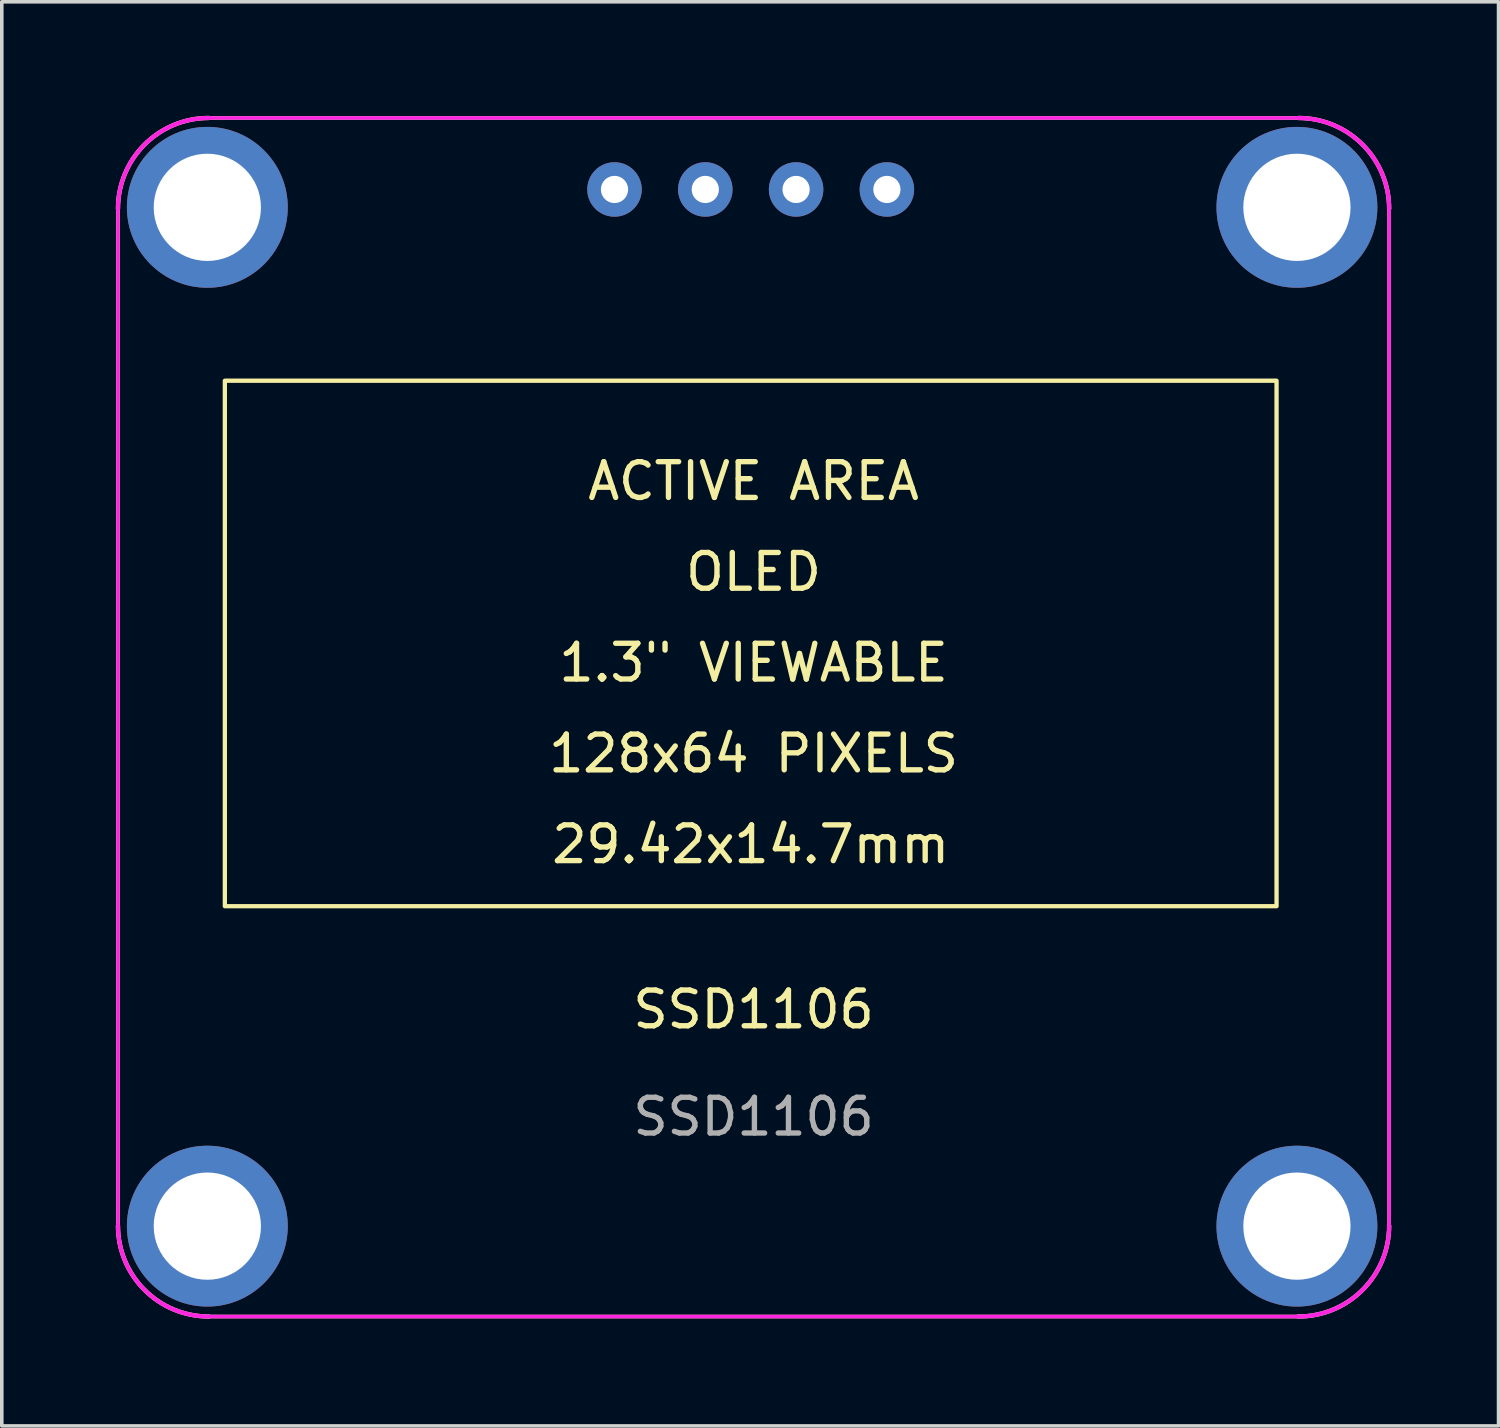
<source format=kicad_pcb>
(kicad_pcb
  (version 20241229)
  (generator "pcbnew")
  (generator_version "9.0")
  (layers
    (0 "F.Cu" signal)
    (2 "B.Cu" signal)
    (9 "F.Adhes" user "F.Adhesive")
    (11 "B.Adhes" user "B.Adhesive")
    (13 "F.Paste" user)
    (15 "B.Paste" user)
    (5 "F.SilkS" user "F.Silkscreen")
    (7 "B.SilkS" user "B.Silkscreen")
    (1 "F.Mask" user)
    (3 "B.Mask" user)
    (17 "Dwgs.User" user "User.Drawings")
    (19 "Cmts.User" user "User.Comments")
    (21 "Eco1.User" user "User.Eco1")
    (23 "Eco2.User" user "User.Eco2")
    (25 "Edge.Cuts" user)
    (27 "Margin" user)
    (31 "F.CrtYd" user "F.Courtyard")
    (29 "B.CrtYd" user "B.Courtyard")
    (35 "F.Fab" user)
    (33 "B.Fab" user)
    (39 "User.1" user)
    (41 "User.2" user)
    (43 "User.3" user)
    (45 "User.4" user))
  (footprint "SSD1106"
    (layer "F.Cu")
    (at 0.25 0.25)
    (property "Reference" "SSD1106" (at 17.78 24.94 0) (unlocked yes) (layer "F.SilkS") (effects (font (size 1 1) (thickness 0.15))))
    (attr through_hole)
    (fp_line (start 0 30.988) (end 0 2.54) (stroke (width 0.1) (type solid)) (layer "F.SilkS"))
    (fp_line (start 2.54 0) (end 33.02 0) (stroke (width 0.1) (type solid)) (layer "F.SilkS"))
    (fp_line (start 33.02 33.528) (end 2.54 33.528) (stroke (width 0.1) (type solid)) (layer "F.SilkS"))
    (fp_line (start 35.56 2.54) (end 35.56 30.988) (stroke (width 0.1) (type solid)) (layer "F.SilkS"))
    (fp_rect (start 2.99 7.35) (end 32.41 22.05) (stroke (width 0.12) (type solid)) (fill no) (layer "F.SilkS"))
    (fp_arc (start 0 2.54) (mid 0.743949 0.743949) (end 2.54 0) (stroke (width 0.12) (type solid)) (layer "F.SilkS"))
    (fp_arc (start 2.54 33.528) (mid 0.743949 32.784051) (end 0 30.988) (stroke (width 0.12) (type solid)) (layer "F.SilkS"))
    (fp_arc (start 33.02 0) (mid 34.816051 0.743949) (end 35.56 2.54) (stroke (width 0.12) (type solid)) (layer "F.SilkS"))
    (fp_arc (start 35.56 30.988) (mid 34.816051 32.784051) (end 33.02 33.528) (stroke (width 0.12) (type solid)) (layer "F.SilkS"))
    (fp_line (start 0 30.988) (end 0 2.54) (stroke (width 0.1) (type solid)) (layer "F.CrtYd"))
    (fp_line (start 2.54 0) (end 33.02 0) (stroke (width 0.1) (type solid)) (layer "F.CrtYd"))
    (fp_line (start 33.02 33.528) (end 2.54 33.528) (stroke (width 0.1) (type solid)) (layer "F.CrtYd"))
    (fp_line (start 35.56 2.54) (end 35.56 30.988) (stroke (width 0.1) (type solid)) (layer "F.CrtYd"))
    (fp_arc (start 0 2.54) (mid 0.743949 0.743949) (end 2.54 0) (stroke (width 0.12) (type solid)) (layer "F.CrtYd"))
    (fp_arc (start 2.54 33.528) (mid 0.743949 32.784051) (end 0 30.988) (stroke (width 0.12) (type solid)) (layer "F.CrtYd"))
    (fp_arc (start 33.02 0) (mid 34.816051 0.743949) (end 35.56 2.54) (stroke (width 0.12) (type solid)) (layer "F.CrtYd"))
    (fp_arc (start 35.56 30.988) (mid 34.816051 32.784051) (end 33.02 33.528) (stroke (width 0.12) (type solid)) (layer "F.CrtYd"))
    (fp_text user "OLED" (at 17.78 12.7 0) (unlocked yes) (layer "F.SilkS") (effects (font (size 1 1) (thickness 0.15))))
    (fp_text user "29.42x14.7mm" (at 17.7 20.32 0) (unlocked yes) (layer "F.SilkS") (effects (font (size 1 1) (thickness 0.15))))
    (fp_text user "1.3\" VIEWABLE" (at 17.78 15.24 0) (unlocked yes) (layer "F.SilkS") (effects (font (size 1 1) (thickness 0.15))))
    (fp_text user "ACTIVE AREA" (at 17.78 10.16 0) (unlocked yes) (layer "F.SilkS") (effects (font (size 1 1) (thickness 0.15))))
    (fp_text user "128x64 PIXELS" (at 17.78 17.78 0) (unlocked yes) (layer "F.SilkS") (effects (font (size 1 1) (thickness 0.15))))
    (fp_text user "${REFERENCE}" (at 17.78 27.94 0) (unlocked yes) (layer "F.Fab") (effects (font (size 1 1) (thickness 0.15))))
    (pad "" thru_hole circle (at 2.5 2.5) (size 4.5 4.5) (drill 3) (layers "*.Cu" "*.Mask"))
    (pad "" thru_hole circle (at 2.5 31) (size 4.5 4.5) (drill 3) (layers "*.Cu" "*.Mask"))
    (pad "" thru_hole circle (at 32.98 2.5) (size 4.5 4.5) (drill 3) (layers "*.Cu" "*.Mask"))
    (pad "" thru_hole circle (at 32.98 31) (size 4.5 4.5) (drill 3) (layers "*.Cu" "*.Mask"))
    (pad "1" thru_hole circle (at 13.89 2) (size 1.524 1.524) (drill 0.762) (layers "*.Cu" "*.Mask"))
    (pad "2" thru_hole circle (at 16.43 2) (size 1.524 1.524) (drill 0.762) (layers "*.Cu" "*.Mask"))
    (pad "3" thru_hole circle (at 18.97 2) (size 1.524 1.524) (drill 0.762) (layers "*.Cu" "*.Mask"))
    (pad "4" thru_hole circle (at 21.51 2) (size 1.524 1.524) (drill 0.762) (layers "*.Cu" "*.Mask")))
  (gr_rect
    (start -3 -3)
    (end 38.87 36.838)
    (stroke (width 0.1) (type default))
    (fill no)
    (layer "Edge.Cuts")))
</source>
